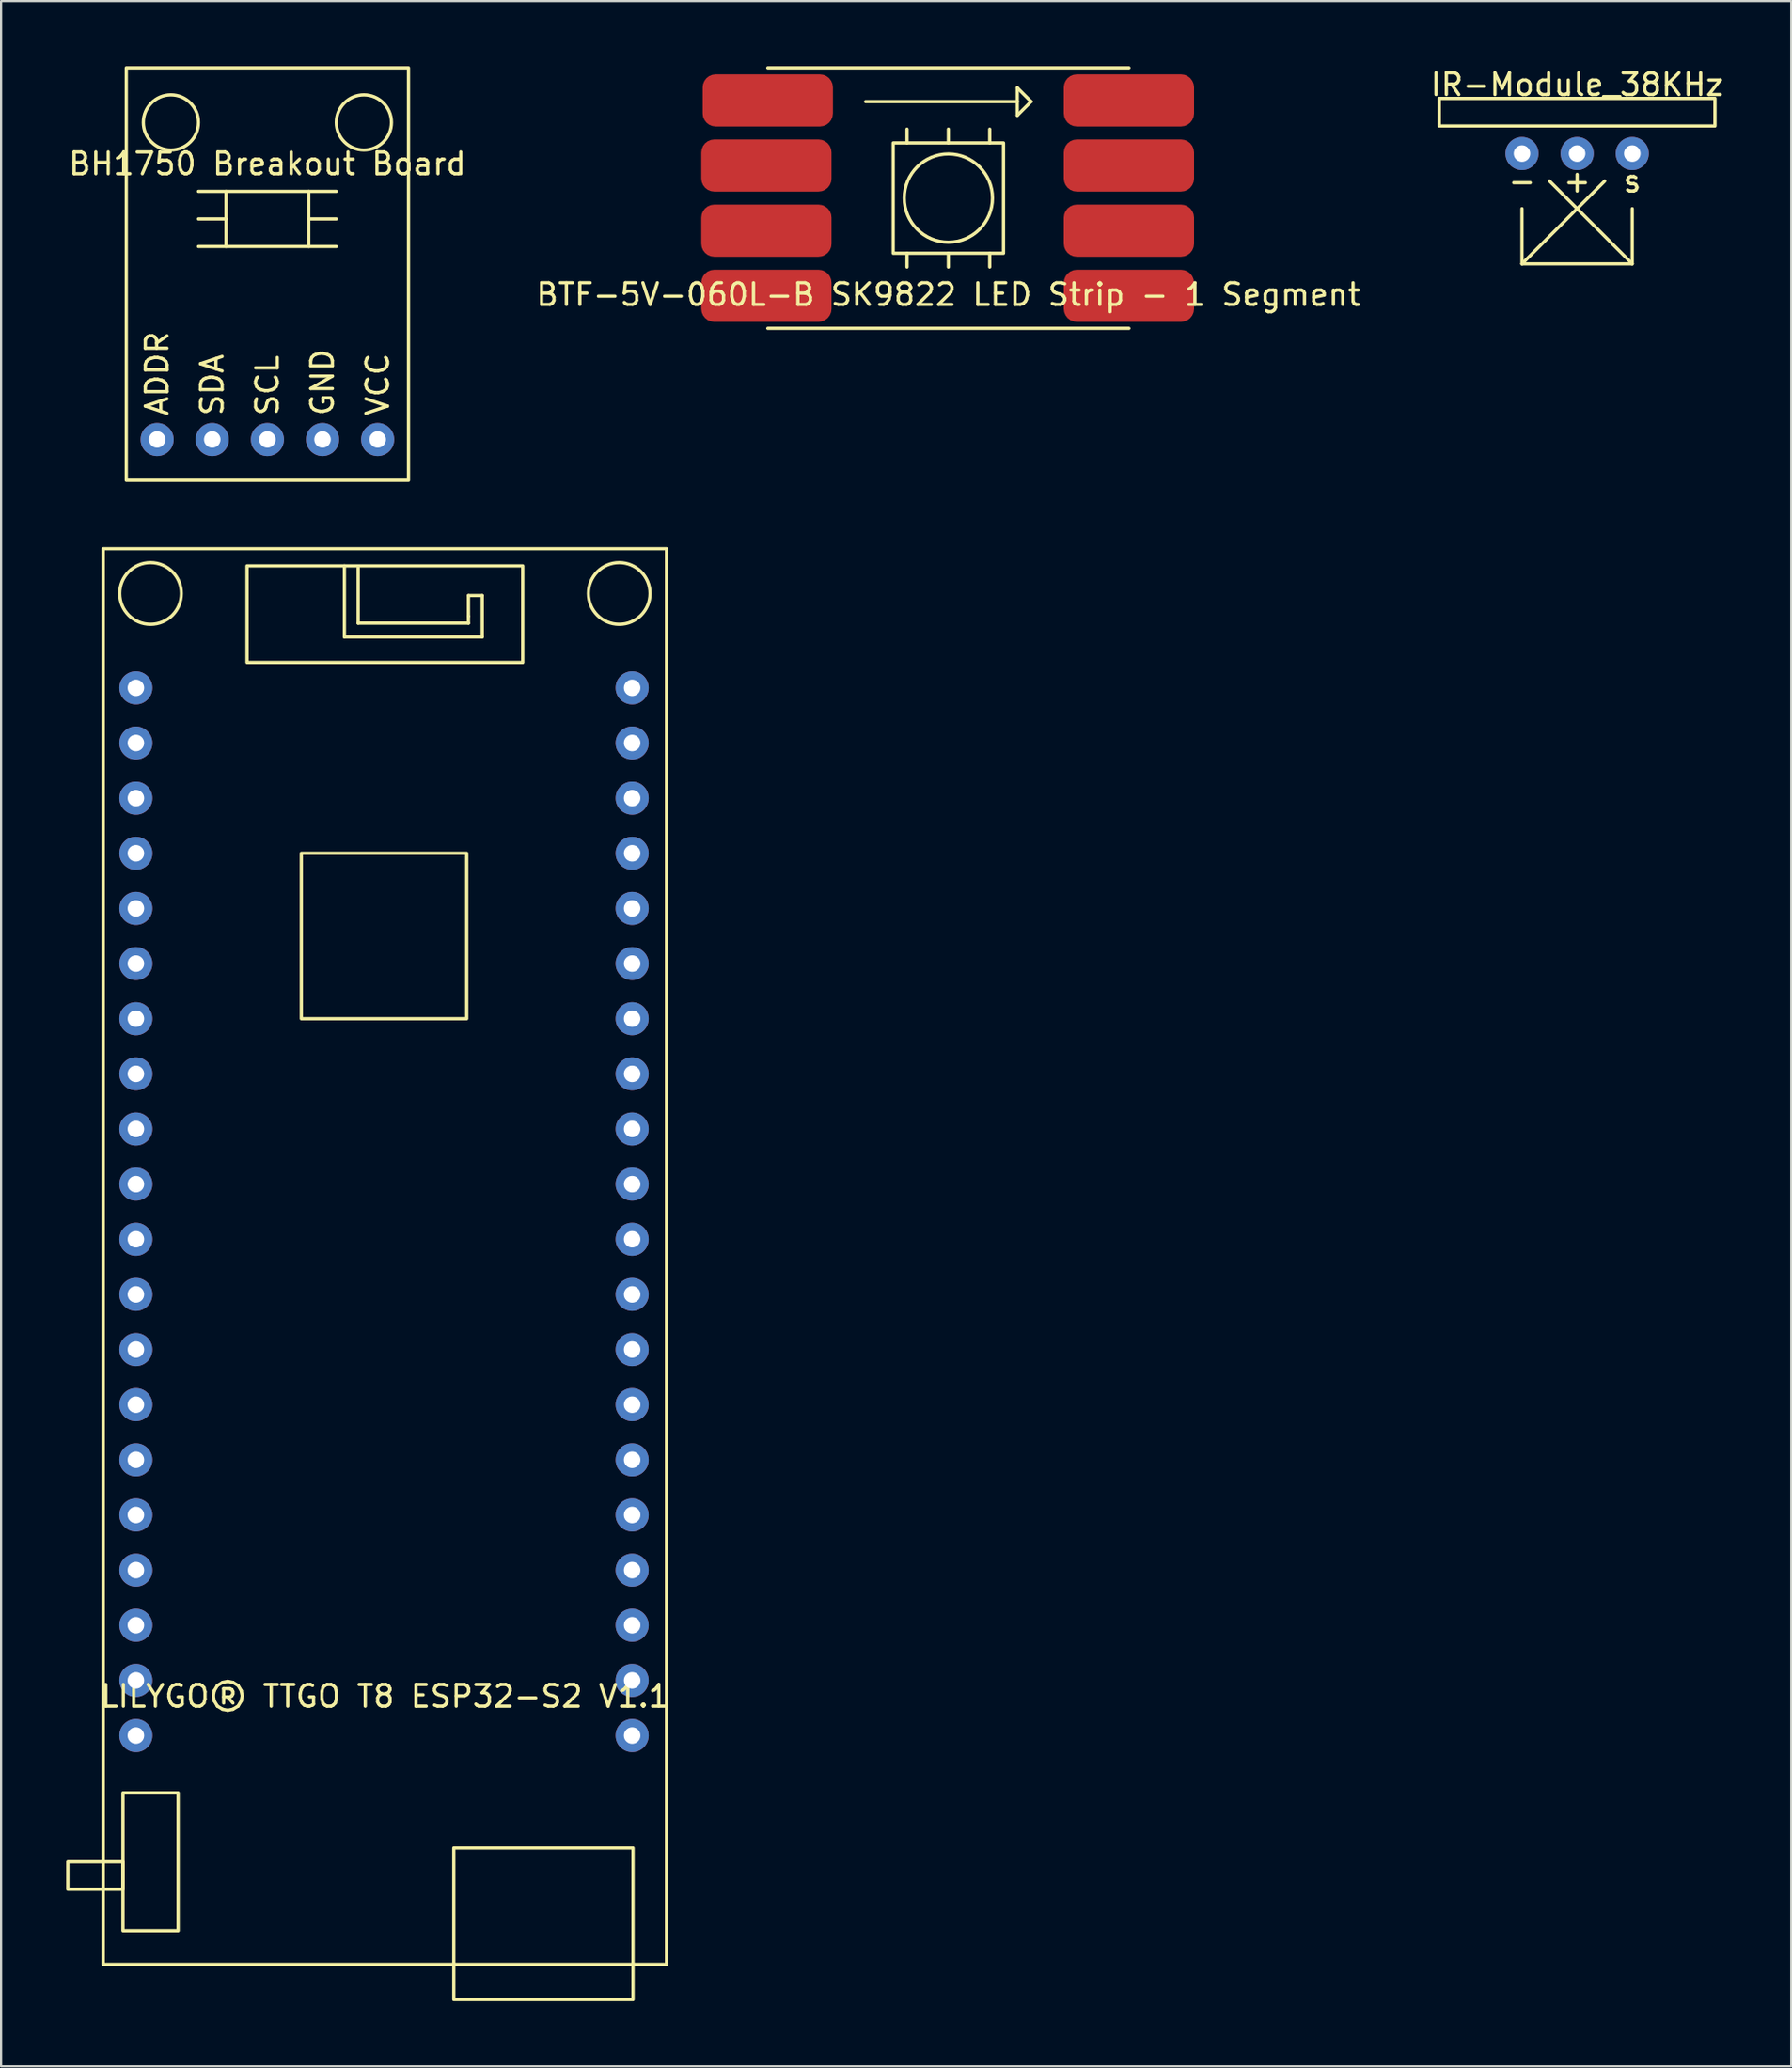
<source format=kicad_pcb>
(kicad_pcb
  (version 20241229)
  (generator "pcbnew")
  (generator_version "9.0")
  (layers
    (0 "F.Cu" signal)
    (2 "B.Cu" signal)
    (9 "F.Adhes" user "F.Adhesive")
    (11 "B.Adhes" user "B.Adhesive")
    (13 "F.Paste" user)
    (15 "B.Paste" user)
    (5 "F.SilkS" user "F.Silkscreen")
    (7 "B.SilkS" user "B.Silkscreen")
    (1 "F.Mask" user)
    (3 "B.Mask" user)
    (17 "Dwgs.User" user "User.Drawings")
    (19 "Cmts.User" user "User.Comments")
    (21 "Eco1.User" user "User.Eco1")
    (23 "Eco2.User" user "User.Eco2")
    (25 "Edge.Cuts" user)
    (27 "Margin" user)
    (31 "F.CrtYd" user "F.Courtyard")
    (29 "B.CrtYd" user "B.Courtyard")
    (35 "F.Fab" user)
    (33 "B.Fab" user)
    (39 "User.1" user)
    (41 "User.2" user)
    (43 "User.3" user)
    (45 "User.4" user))
  (footprint "LILYGO® TTGO T8 ESP32-S2 V1.1"
    (layer "F.Cu")
    (at 14.68 54.767)
    (property "Reference" "LILYGO® TTGO T8 ESP32-S2 V1.1" (at 0 20.32 0) (unlocked yes) (layer "F.SilkS") (effects (font (size 1 1) (thickness 0.15))))
    (attr through_hole)
    (fp_line (start -1.865 -28.477) (end -1.865 -31.75) (stroke (width 0.15) (type solid)) (layer "F.SilkS"))
    (fp_line (start -1.23 -29.113) (end -1.23 -31.652) (stroke (width 0.15) (type solid)) (layer "F.SilkS"))
    (fp_line (start 3.85 -30.383) (end 3.85 -29.43) (stroke (width 0.15) (type solid)) (layer "F.SilkS"))
    (fp_line (start 3.85 -30.383) (end 4.485 -30.383) (stroke (width 0.15) (type solid)) (layer "F.SilkS"))
    (fp_line (start 3.85 -29.43) (end 3.85 -29.113) (stroke (width 0.15) (type solid)) (layer "F.SilkS"))
    (fp_line (start 3.85 -29.113) (end -1.23 -29.113) (stroke (width 0.15) (type solid)) (layer "F.SilkS"))
    (fp_line (start 4.485 -30.383) (end 4.485 -28.477) (stroke (width 0.15) (type solid)) (layer "F.SilkS"))
    (fp_line (start 4.485 -28.477) (end -1.865 -28.477) (stroke (width 0.15) (type solid)) (layer "F.SilkS"))
    (fp_rect (start -12.975 -32.542) (end 12.975 32.667) (stroke (width 0.15) (type solid)) (fill no) (layer "F.SilkS"))
    (fp_rect (start -12.065 29.21) (end -14.605 27.94) (stroke (width 0.15) (type solid)) (fill no) (layer "F.SilkS"))
    (fp_rect (start -12.065 31.115) (end -9.525 24.765) (stroke (width 0.15) (type solid)) (fill no) (layer "F.SilkS"))
    (fp_rect (start -6.35 -27.305) (end 6.35 -31.75) (stroke (width 0.15) (type solid)) (fill no) (layer "F.SilkS"))
    (fp_rect (start -3.85 -18.512) (end 3.77 -10.893) (stroke (width 0.15) (type solid)) (fill no) (layer "F.SilkS"))
    (fp_rect (start 11.43 34.29) (end 3.175 27.305) (stroke (width 0.15) (type solid)) (fill no) (layer "F.SilkS"))
    (fp_circle (center -10.795 -30.48) (end -10.16 -31.75) (stroke (width 0.15) (type solid)) (fill no) (layer "F.SilkS"))
    (fp_circle (center 10.795 -30.48) (end 11.43 -31.75) (stroke (width 0.15) (type solid)) (fill no) (layer "F.SilkS"))
    (pad "1" thru_hole circle (at 11.39 -26.133) (size 1.524 1.524) (drill 0.762) (layers "*.Cu" "*.Mask"))
    (pad "2" thru_hole circle (at 11.39 -23.593) (size 1.524 1.524) (drill 0.762) (layers "*.Cu" "*.Mask"))
    (pad "3" thru_hole circle (at 11.39 -21.052) (size 1.524 1.524) (drill 0.762) (layers "*.Cu" "*.Mask"))
    (pad "4" thru_hole circle (at 11.39 -18.512) (size 1.524 1.524) (drill 0.762) (layers "*.Cu" "*.Mask"))
    (pad "5" thru_hole circle (at 11.39 -15.973) (size 1.524 1.524) (drill 0.762) (layers "*.Cu" "*.Mask"))
    (pad "6" thru_hole circle (at 11.39 -13.432) (size 1.524 1.524) (drill 0.762) (layers "*.Cu" "*.Mask"))
    (pad "7" thru_hole circle (at 11.39 -10.893) (size 1.524 1.524) (drill 0.762) (layers "*.Cu" "*.Mask"))
    (pad "8" thru_hole circle (at 11.39 -8.352) (size 1.524 1.524) (drill 0.762) (layers "*.Cu" "*.Mask"))
    (pad "9" thru_hole circle (at 11.39 -5.812) (size 1.524 1.524) (drill 0.762) (layers "*.Cu" "*.Mask"))
    (pad "10" thru_hole circle (at 11.39 -3.272) (size 1.524 1.524) (drill 0.762) (layers "*.Cu" "*.Mask"))
    (pad "11" thru_hole circle (at 11.39 -0.733) (size 1.524 1.524) (drill 0.762) (layers "*.Cu" "*.Mask"))
    (pad "12" thru_hole circle (at 11.39 1.808) (size 1.524 1.524) (drill 0.762) (layers "*.Cu" "*.Mask"))
    (pad "13" thru_hole circle (at 11.39 4.348) (size 1.524 1.524) (drill 0.762) (layers "*.Cu" "*.Mask"))
    (pad "14" thru_hole circle (at 11.39 6.888) (size 1.524 1.524) (drill 0.762) (layers "*.Cu" "*.Mask"))
    (pad "15" thru_hole circle (at 11.39 9.428) (size 1.524 1.524) (drill 0.762) (layers "*.Cu" "*.Mask"))
    (pad "16" thru_hole circle (at 11.39 11.967) (size 1.524 1.524) (drill 0.762) (layers "*.Cu" "*.Mask"))
    (pad "17" thru_hole circle (at 11.39 14.508) (size 1.524 1.524) (drill 0.762) (layers "*.Cu" "*.Mask"))
    (pad "18" thru_hole circle (at 11.39 17.047) (size 1.524 1.524) (drill 0.762) (layers "*.Cu" "*.Mask"))
    (pad "19" thru_hole circle (at 11.39 19.587) (size 1.524 1.524) (drill 0.762) (layers "*.Cu" "*.Mask"))
    (pad "20" thru_hole circle (at 11.39 22.128) (size 1.524 1.524) (drill 0.762) (layers "*.Cu" "*.Mask"))
    (pad "21" thru_hole circle (at -11.47 -26.133) (size 1.524 1.524) (drill 0.762) (layers "*.Cu" "*.Mask"))
    (pad "22" thru_hole circle (at -11.47 -23.593) (size 1.524 1.524) (drill 0.762) (layers "*.Cu" "*.Mask"))
    (pad "23" thru_hole circle (at -11.47 -21.052) (size 1.524 1.524) (drill 0.762) (layers "*.Cu" "*.Mask"))
    (pad "24" thru_hole circle (at -11.47 -18.512) (size 1.524 1.524) (drill 0.762) (layers "*.Cu" "*.Mask"))
    (pad "25" thru_hole circle (at -11.47 -15.973) (size 1.524 1.524) (drill 0.762) (layers "*.Cu" "*.Mask"))
    (pad "26" thru_hole circle (at -11.47 -13.432) (size 1.524 1.524) (drill 0.762) (layers "*.Cu" "*.Mask"))
    (pad "27" thru_hole circle (at -11.47 -10.893) (size 1.524 1.524) (drill 0.762) (layers "*.Cu" "*.Mask"))
    (pad "28" thru_hole circle (at -11.47 -8.352) (size 1.524 1.524) (drill 0.762) (layers "*.Cu" "*.Mask"))
    (pad "29" thru_hole circle (at -11.47 -5.812) (size 1.524 1.524) (drill 0.762) (layers "*.Cu" "*.Mask"))
    (pad "30" thru_hole circle (at -11.47 -3.272) (size 1.524 1.524) (drill 0.762) (layers "*.Cu" "*.Mask"))
    (pad "31" thru_hole circle (at -11.47 -0.733) (size 1.524 1.524) (drill 0.762) (layers "*.Cu" "*.Mask"))
    (pad "32" thru_hole circle (at -11.47 1.808) (size 1.524 1.524) (drill 0.762) (layers "*.Cu" "*.Mask"))
    (pad "33" thru_hole circle (at -11.47 4.348) (size 1.524 1.524) (drill 0.762) (layers "*.Cu" "*.Mask"))
    (pad "34" thru_hole circle (at -11.47 6.888) (size 1.524 1.524) (drill 0.762) (layers "*.Cu" "*.Mask"))
    (pad "35" thru_hole circle (at -11.47 9.428) (size 1.524 1.524) (drill 0.762) (layers "*.Cu" "*.Mask"))
    (pad "36" thru_hole circle (at -11.47 11.967) (size 1.524 1.524) (drill 0.762) (layers "*.Cu" "*.Mask"))
    (pad "37" thru_hole circle (at -11.47 14.508) (size 1.524 1.524) (drill 0.762) (layers "*.Cu" "*.Mask"))
    (pad "38" thru_hole circle (at -11.47 17.047) (size 1.524 1.524) (drill 0.762) (layers "*.Cu" "*.Mask"))
    (pad "39" thru_hole circle (at -11.47 19.587) (size 1.524 1.524) (drill 0.762) (layers "*.Cu" "*.Mask"))
    (pad "40" thru_hole circle (at -11.47 22.128) (size 1.524 1.524) (drill 0.762) (layers "*.Cu" "*.Mask")))
  (footprint "BTF-5V-060L-B SK9822 LED Strip - 1 Segment"
    (layer "F.Cu")
    (at 40.637 6.075)
    (property "Reference" "BTF-5V-060L-B SK9822 LED Strip - 1 Segment" (at 0 4.445 0) (unlocked yes) (layer "F.SilkS") (effects (font (size 1 1) (thickness 0.15))))
    (attr smd)
    (fp_line (start -8.318 -6) (end 8.318 -6) (stroke (width 0.15) (type solid)) (layer "F.SilkS"))
    (fp_line (start -3.81 -4.445) (end 3.175 -4.445) (stroke (width 0.15) (type solid)) (layer "F.SilkS"))
    (fp_line (start -1.905 -3.175) (end -1.905 -2.54) (stroke (width 0.15) (type solid)) (layer "F.SilkS"))
    (fp_line (start -1.905 3.175) (end -1.905 2.54) (stroke (width 0.15) (type solid)) (layer "F.SilkS"))
    (fp_line (start 0 -3.175) (end 0 -2.54) (stroke (width 0.15) (type solid)) (layer "F.SilkS"))
    (fp_line (start 0 3.175) (end 0 2.54) (stroke (width 0.15) (type solid)) (layer "F.SilkS"))
    (fp_line (start 1.905 -3.175) (end 1.905 -2.54) (stroke (width 0.15) (type solid)) (layer "F.SilkS"))
    (fp_line (start 1.905 3.175) (end 1.905 2.54) (stroke (width 0.15) (type solid)) (layer "F.SilkS"))
    (fp_line (start 3.175 -5.08) (end 3.81 -4.445) (stroke (width 0.15) (type solid)) (layer "F.SilkS"))
    (fp_line (start 3.175 -4.445) (end 3.175 -5.08) (stroke (width 0.15) (type solid)) (layer "F.SilkS"))
    (fp_line (start 3.175 -3.81) (end 3.175 -4.445) (stroke (width 0.15) (type solid)) (layer "F.SilkS"))
    (fp_line (start 3.81 -4.445) (end 3.175 -3.81) (stroke (width 0.15) (type solid)) (layer "F.SilkS"))
    (fp_line (start 8.318 6) (end -8.318 6) (stroke (width 0.15) (type solid)) (layer "F.SilkS"))
    (fp_rect (start -2.54 2.54) (end 2.54 -2.54) (stroke (width 0.15) (type solid)) (fill no) (layer "F.SilkS"))
    (fp_circle (center 0 0) (end 2.032 0) (stroke (width 0.15) (type solid)) (fill no) (layer "F.SilkS"))
    (pad "5V" smd roundrect (at -8.382 4.5) (size 6 2.4) (layers "F.Cu" "F.Mask" "F.Paste") (roundrect_rratio 0.25))
    (pad "5V" smd roundrect (at 8.318 4.5) (size 6 2.4) (layers "F.Cu" "F.Mask" "F.Paste") (roundrect_rratio 0.25))
    (pad "CI" smd roundrect (at -8.382 -1.5) (size 6 2.4) (layers "F.Cu" "F.Mask" "F.Paste") (roundrect_rratio 0.25))
    (pad "CO" smd roundrect (at 8.318 -1.5) (size 6 2.4) (layers "F.Cu" "F.Mask" "F.Paste") (roundrect_rratio 0.25))
    (pad "DI" smd roundrect (at -8.382 1.5) (size 6 2.4) (layers "F.Cu" "F.Mask" "F.Paste") (roundrect_rratio 0.25))
    (pad "DO" smd roundrect (at 8.318 1.5) (size 6 2.4) (layers "F.Cu" "F.Mask" "F.Paste") (roundrect_rratio 0.25))
    (pad "GND" smd roundrect (at -8.318 -4.5) (size 6 2.4) (layers "F.Cu" "F.Mask" "F.Paste") (roundrect_rratio 0.25))
    (pad "GND" smd roundrect (at 8.318 -4.5) (size 6 2.4) (layers "F.Cu" "F.Mask" "F.Paste") (roundrect_rratio 0.25)))
  (footprint "BH1750 Breakout Board"
    (layer "F.Cu")
    (at 9.268 9.575)
    (property "Reference" "BH1750 Breakout Board" (at 0 -5.08 0) (unlocked yes) (layer "F.SilkS") (effects (font (size 1 1) (thickness 0.15))))
    (attr through_hole)
    (fp_line (start -3.175 -3.81) (end -1.905 -3.81) (stroke (width 0.15) (type solid)) (layer "F.SilkS"))
    (fp_line (start -3.175 -2.54) (end -1.905 -2.54) (stroke (width 0.15) (type solid)) (layer "F.SilkS"))
    (fp_line (start -3.175 -1.27) (end -1.905 -1.27) (stroke (width 0.15) (type solid)) (layer "F.SilkS"))
    (fp_line (start 3.175 -3.81) (end 1.905 -3.81) (stroke (width 0.15) (type solid)) (layer "F.SilkS"))
    (fp_line (start 3.175 -2.54) (end 1.905 -2.54) (stroke (width 0.15) (type solid)) (layer "F.SilkS"))
    (fp_line (start 3.175 -1.27) (end 1.905 -1.27) (stroke (width 0.15) (type solid)) (layer "F.SilkS"))
    (fp_rect (start -6.5 9.5) (end 6.5 -9.5) (stroke (width 0.15) (type solid)) (fill no) (layer "F.SilkS"))
    (fp_rect (start -1.905 -1.27) (end 1.905 -3.81) (stroke (width 0.15) (type solid)) (fill no) (layer "F.SilkS"))
    (fp_circle (center -4.445 -6.985) (end -4.445 -8.255) (stroke (width 0.15) (type solid)) (fill no) (layer "F.SilkS"))
    (fp_circle (center 4.445 -6.985) (end 4.445 -8.255) (stroke (width 0.15) (type solid)) (fill no) (layer "F.SilkS"))
    (fp_text user "VCC" (at 5.08 5.08 90) (unlocked yes) (layer "F.SilkS") (effects (font (size 1 1) (thickness 0.15))))
    (fp_text user "SCL" (at 0 5.128 90) (unlocked yes) (layer "F.SilkS") (effects (font (size 1 1) (thickness 0.15))))
    (fp_text user "GND" (at 2.54 4.985 90) (unlocked yes) (layer "F.SilkS") (effects (font (size 1 1) (thickness 0.15))))
    (fp_text user "ADDR" (at -5.08 4.58 90) (unlocked yes) (layer "F.SilkS") (effects (font (size 1 1) (thickness 0.15))))
    (fp_text user "SDA" (at -2.54 5.104 90) (unlocked yes) (layer "F.SilkS") (effects (font (size 1 1) (thickness 0.15))))
    (pad "ADDR" thru_hole circle (at -5.08 7.62) (size 1.524 1.524) (drill 0.762) (layers "*.Cu" "*.Mask"))
    (pad "GND" thru_hole circle (at 2.54 7.62) (size 1.524 1.524) (drill 0.762) (layers "*.Cu" "*.Mask"))
    (pad "SCL" thru_hole circle (at 0 7.62) (size 1.524 1.524) (drill 0.762) (layers "*.Cu" "*.Mask"))
    (pad "SDA" thru_hole circle (at -2.54 7.62) (size 1.524 1.524) (drill 0.762) (layers "*.Cu" "*.Mask"))
    (pad "VCC" thru_hole circle (at 5.08 7.62) (size 1.524 1.524) (drill 0.762) (layers "*.Cu" "*.Mask")))
  (footprint "IR-Module_38KHz"
    (layer "F.Cu")
    (at 69.601 1.483)
    (property "Reference" "IR-Module_38KHz" (at 0 -0.635 0) (unlocked yes) (layer "F.SilkS") (effects (font (size 1 1) (thickness 0.15))))
    (attr through_hole)
    (fp_line (start -2.54 7.62) (end 1.27 3.81) (stroke (width 0.15) (type solid)) (layer "F.SilkS"))
    (fp_line (start 2.54 7.62) (end -1.27 3.81) (stroke (width 0.15) (type solid)) (layer "F.SilkS"))
    (fp_rect (start -6.35 1.27) (end 6.35 0) (stroke (width 0.15) (type solid)) (fill no) (layer "F.SilkS"))
    (fp_rect (start -2.54 5.08) (end -2.54 7.62) (stroke (width 0.15) (type solid)) (fill no) (layer "F.SilkS"))
    (fp_rect (start -2.54 7.62) (end 2.54 7.62) (stroke (width 0.15) (type solid)) (fill no) (layer "F.SilkS"))
    (fp_rect (start 2.54 7.62) (end 2.54 5.08) (stroke (width 0.15) (type solid)) (fill no) (layer "F.SilkS"))
    (fp_text user "-" (at -2.54 3.81 0) (unlocked yes) (layer "F.SilkS") (effects (font (size 1 1) (thickness 0.15))))
    (fp_text user "s" (at 2.54 3.81 0) (unlocked yes) (layer "F.SilkS") (effects (font (size 1 1) (thickness 0.15))))
    (fp_text user "+" (at 0 3.81 0) (unlocked yes) (layer "F.SilkS") (effects (font (size 1 1) (thickness 0.15))))
    (pad "1" thru_hole circle (at -2.54 2.54) (size 1.524 1.524) (drill 0.762) (layers "*.Cu" "*.Mask"))
    (pad "2" thru_hole circle (at 0 2.54) (size 1.524 1.524) (drill 0.762) (layers "*.Cu" "*.Mask"))
    (pad "3" thru_hole circle (at 2.54 2.54) (size 1.524 1.524) (drill 0.762) (layers "*.Cu" "*.Mask")))
  (gr_rect
    (start -3 -3)
    (end 79.464 92.132)
    (stroke (width 0.1) (type default))
    (fill no)
    (layer "Edge.Cuts")))
</source>
